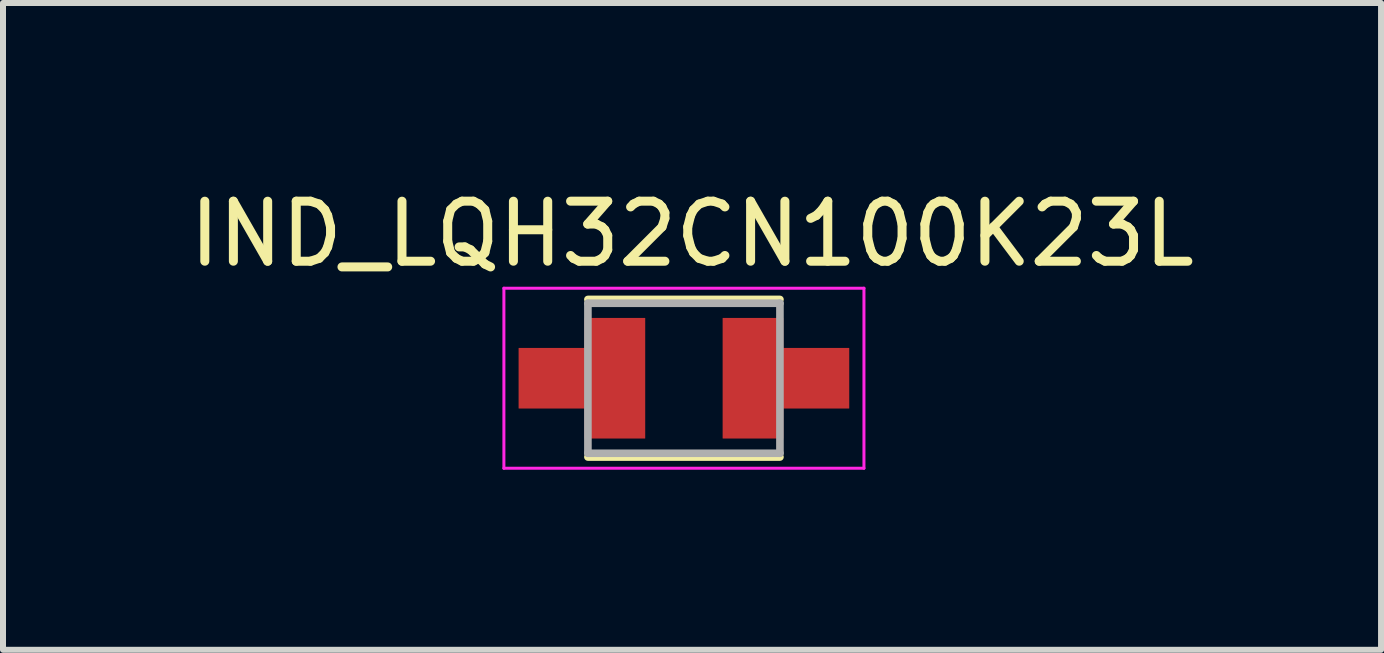
<source format=kicad_pcb>
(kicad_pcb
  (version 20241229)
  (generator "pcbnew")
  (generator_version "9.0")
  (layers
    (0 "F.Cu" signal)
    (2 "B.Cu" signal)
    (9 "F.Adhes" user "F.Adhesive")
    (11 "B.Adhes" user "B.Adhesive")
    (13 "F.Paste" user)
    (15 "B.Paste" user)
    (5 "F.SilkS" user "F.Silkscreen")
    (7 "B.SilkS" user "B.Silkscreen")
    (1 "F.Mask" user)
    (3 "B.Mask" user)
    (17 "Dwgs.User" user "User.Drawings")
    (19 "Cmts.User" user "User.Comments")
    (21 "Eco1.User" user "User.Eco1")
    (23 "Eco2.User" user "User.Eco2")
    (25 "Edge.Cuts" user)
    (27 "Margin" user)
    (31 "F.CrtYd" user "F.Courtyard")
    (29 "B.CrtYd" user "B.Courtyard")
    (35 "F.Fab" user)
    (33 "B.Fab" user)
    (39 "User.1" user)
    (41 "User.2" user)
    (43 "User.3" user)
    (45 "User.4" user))
  (footprint "IND_LQH32CN100K23L"
    (layer "F.Cu")
    (at 8.347 3.253)
    (property "Reference" "IND_LQH32CN100K23L" (at 0.135 -2.405 0) (layer "F.SilkS") (effects (font (size 1 1) (thickness 0.15))))
    (attr smd)
    (fp_poly (pts (xy -2.85 -0.6) (xy -1.75 -0.6) (xy -1.75 -1.1) (xy -0.55 -1.1) (xy -0.55 1.1) (xy -1.75 1.1) (xy -1.75 0.6) (xy -2.85 0.6)) (stroke (width 0.01) (type solid)) (fill yes) (layer "F.Mask"))
    (fp_poly (pts (xy 0.55 -1.1) (xy 1.75 -1.1) (xy 1.75 -0.6) (xy 2.85 -0.6) (xy 2.85 0.6) (xy 1.75 0.6) (xy 1.75 1.1) (xy 0.55 1.1)) (stroke (width 0.01) (type solid)) (fill yes) (layer "F.Mask"))
    (fp_line (start -1.6 -1.313) (end 1.6 -1.313) (stroke (width 0.127) (type solid)) (layer "F.SilkS"))
    (fp_line (start 1.6 1.313) (end -1.6 1.313) (stroke (width 0.127) (type solid)) (layer "F.SilkS"))
    (fp_poly (pts (xy -1.65 -1) (xy -0.65 -1) (xy -0.65 1) (xy -1.65 1) (xy -1.65 0.5) (xy -2.75 0.5) (xy -2.75 -0.5) (xy -1.65 -0.5)) (stroke (width 0.01) (type solid)) (fill yes) (layer "F.Paste"))
    (fp_poly (pts (xy 1.65 1) (xy 0.65 1) (xy 0.65 -1) (xy 1.65 -1) (xy 1.65 -0.5) (xy 2.75 -0.5) (xy 2.75 0.5) (xy 1.65 0.5)) (stroke (width 0.01) (type solid)) (fill yes) (layer "F.Paste"))
    (fp_line (start -3 -1.5) (end 3 -1.5) (stroke (width 0.05) (type solid)) (layer "F.CrtYd"))
    (fp_line (start -3 1.5) (end -3 -1.5) (stroke (width 0.05) (type solid)) (layer "F.CrtYd"))
    (fp_line (start 3 -1.5) (end 3 1.5) (stroke (width 0.05) (type solid)) (layer "F.CrtYd"))
    (fp_line (start 3 1.5) (end -3 1.5) (stroke (width 0.05) (type solid)) (layer "F.CrtYd"))
    (fp_line (start -1.6 -1.25) (end 1.6 -1.25) (stroke (width 0.127) (type solid)) (layer "F.Fab"))
    (fp_line (start -1.6 1.25) (end -1.6 -1.25) (stroke (width 0.127) (type solid)) (layer "F.Fab"))
    (fp_line (start 1.6 -1.25) (end 1.6 1.25) (stroke (width 0.127) (type solid)) (layer "F.Fab"))
    (fp_line (start 1.6 1.25) (end -1.6 1.25) (stroke (width 0.127) (type solid)) (layer "F.Fab"))
    (pad "1" smd custom (at -1.15 0) (size 1 2) (layers "F.Cu") (options (anchor rect)) (primitives (gr_poly (pts (xy -0.5 -1) (xy 0.5 -1) (xy 0.5 1) (xy -0.5 1) (xy -0.5 0.5) (xy -1.6 0.5) (xy -1.6 -0.5) (xy -0.5 -0.5)) (width 0.01) (fill yes))))
    (pad "2" smd custom (at 1.15 0) (size 1 2) (layers "F.Cu") (options (anchor rect)) (primitives (gr_poly (pts (xy 0.5 1) (xy -0.5 1) (xy -0.5 -1) (xy 0.5 -1) (xy 0.5 -0.5) (xy 1.6 -0.5) (xy 1.6 0.5) (xy 0.5 0.5)) (width 0.01) (fill yes)))))
  (gr_rect
    (start -3 -3)
    (end 19.964 7.778)
    (stroke (width 0.1) (type default))
    (fill no)
    (layer "Edge.Cuts")))
</source>
